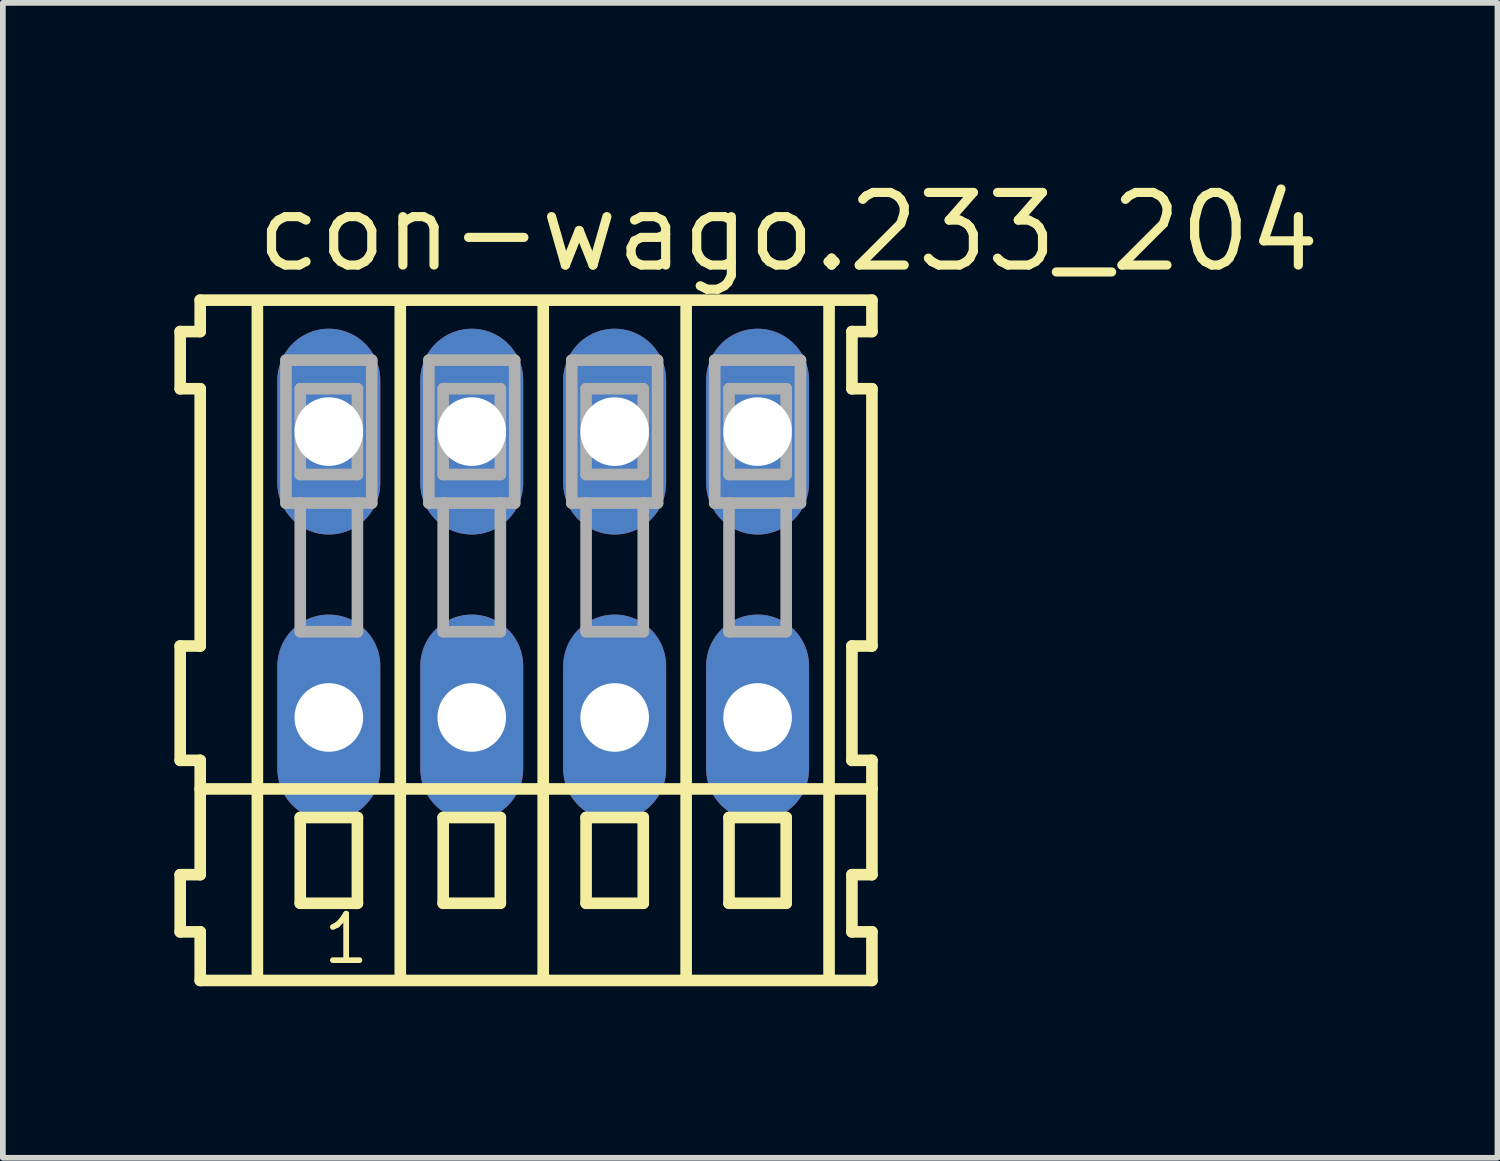
<source format=kicad_pcb>
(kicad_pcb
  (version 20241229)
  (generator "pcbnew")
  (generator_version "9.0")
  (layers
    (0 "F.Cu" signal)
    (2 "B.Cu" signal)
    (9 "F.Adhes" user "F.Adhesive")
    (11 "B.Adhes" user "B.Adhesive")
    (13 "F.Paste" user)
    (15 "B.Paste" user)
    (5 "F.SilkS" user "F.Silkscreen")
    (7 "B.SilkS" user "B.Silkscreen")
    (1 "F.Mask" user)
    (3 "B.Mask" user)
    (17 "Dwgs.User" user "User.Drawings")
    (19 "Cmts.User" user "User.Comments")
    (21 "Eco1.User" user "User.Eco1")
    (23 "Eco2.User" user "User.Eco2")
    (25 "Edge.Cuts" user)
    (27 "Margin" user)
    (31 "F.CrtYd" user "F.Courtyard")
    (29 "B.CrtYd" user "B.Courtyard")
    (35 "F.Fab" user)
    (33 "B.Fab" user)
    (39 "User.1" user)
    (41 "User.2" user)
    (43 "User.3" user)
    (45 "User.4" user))
  (footprint "con-wago.233_204"
    (layer "F.Cu")
    (at 6.452 7)
    (property "Reference" "con-wago.233_204" (at -5.1 -5.25 0) (layer "F.SilkS") (effects (font (size 1.27 1.27) (thickness 0.16)) (justify left bottom)))
    (attr through_hole)
    (fp_line (start -6.35 -4.25) (end -6.35 -3.25) (stroke (width 0.203) (type default)) (layer "F.SilkS"))
    (fp_line (start -6.35 -3.25) (end -6 -3.25) (stroke (width 0.203) (type default)) (layer "F.SilkS"))
    (fp_line (start -6.35 1.25) (end -6.35 3.25) (stroke (width 0.203) (type default)) (layer "F.SilkS"))
    (fp_line (start -6.35 3.25) (end -6 3.25) (stroke (width 0.203) (type default)) (layer "F.SilkS"))
    (fp_line (start -6.35 5.25) (end -6.35 6.25) (stroke (width 0.203) (type default)) (layer "F.SilkS"))
    (fp_line (start -6.35 6.25) (end -6 6.25) (stroke (width 0.203) (type default)) (layer "F.SilkS"))
    (fp_line (start -6 -4.8) (end -6 -4.25) (stroke (width 0.203) (type default)) (layer "F.SilkS"))
    (fp_line (start -6 -4.25) (end -6.35 -4.25) (stroke (width 0.203) (type default)) (layer "F.SilkS"))
    (fp_line (start -6 -3.25) (end -6 1.25) (stroke (width 0.203) (type default)) (layer "F.SilkS"))
    (fp_line (start -6 1.25) (end -6.35 1.25) (stroke (width 0.203) (type default)) (layer "F.SilkS"))
    (fp_line (start -6 3.25) (end -6 5.25) (stroke (width 0.203) (type default)) (layer "F.SilkS"))
    (fp_line (start -6 3.75) (end 5.75 3.75) (stroke (width 0.203) (type default)) (layer "F.SilkS"))
    (fp_line (start -6 5.25) (end -6.35 5.25) (stroke (width 0.203) (type default)) (layer "F.SilkS"))
    (fp_line (start -6 6.25) (end -6 7.1) (stroke (width 0.203) (type default)) (layer "F.SilkS"))
    (fp_line (start -6 7.1) (end 5.75 7.1) (stroke (width 0.203) (type default)) (layer "F.SilkS"))
    (fp_line (start -5 -4.75) (end -5 7) (stroke (width 0.203) (type default)) (layer "F.SilkS"))
    (fp_line (start -4.25 4.25) (end -4.25 5.75) (stroke (width 0.203) (type default)) (layer "F.SilkS"))
    (fp_line (start -4.25 5.75) (end -3.25 5.75) (stroke (width 0.203) (type default)) (layer "F.SilkS"))
    (fp_line (start -3.25 4.25) (end -4.25 4.25) (stroke (width 0.203) (type default)) (layer "F.SilkS"))
    (fp_line (start -3.25 5.75) (end -3.25 4.25) (stroke (width 0.203) (type default)) (layer "F.SilkS"))
    (fp_line (start -2.5 -4.75) (end -2.5 7) (stroke (width 0.203) (type default)) (layer "F.SilkS"))
    (fp_line (start -1.75 4.25) (end -1.75 5.75) (stroke (width 0.203) (type default)) (layer "F.SilkS"))
    (fp_line (start -1.75 5.75) (end -0.75 5.75) (stroke (width 0.203) (type default)) (layer "F.SilkS"))
    (fp_line (start -0.75 4.25) (end -1.75 4.25) (stroke (width 0.203) (type default)) (layer "F.SilkS"))
    (fp_line (start -0.75 5.75) (end -0.75 4.25) (stroke (width 0.203) (type default)) (layer "F.SilkS"))
    (fp_line (start 0 -4.75) (end 0 7) (stroke (width 0.203) (type default)) (layer "F.SilkS"))
    (fp_line (start 0.75 4.25) (end 0.75 5.75) (stroke (width 0.203) (type default)) (layer "F.SilkS"))
    (fp_line (start 0.75 5.75) (end 1.75 5.75) (stroke (width 0.203) (type default)) (layer "F.SilkS"))
    (fp_line (start 1.75 4.25) (end 0.75 4.25) (stroke (width 0.203) (type default)) (layer "F.SilkS"))
    (fp_line (start 1.75 5.75) (end 1.75 4.25) (stroke (width 0.203) (type default)) (layer "F.SilkS"))
    (fp_line (start 2.5 -4.75) (end 2.5 7) (stroke (width 0.203) (type default)) (layer "F.SilkS"))
    (fp_line (start 3.25 4.25) (end 3.25 5.75) (stroke (width 0.203) (type default)) (layer "F.SilkS"))
    (fp_line (start 3.25 5.75) (end 4.25 5.75) (stroke (width 0.203) (type default)) (layer "F.SilkS"))
    (fp_line (start 4.25 4.25) (end 3.25 4.25) (stroke (width 0.203) (type default)) (layer "F.SilkS"))
    (fp_line (start 4.25 5.75) (end 4.25 4.25) (stroke (width 0.203) (type default)) (layer "F.SilkS"))
    (fp_line (start 5 -4.75) (end 5 7) (stroke (width 0.203) (type default)) (layer "F.SilkS"))
    (fp_line (start 5.4 -4.25) (end 5.4 -3.25) (stroke (width 0.203) (type default)) (layer "F.SilkS"))
    (fp_line (start 5.4 -3.25) (end 5.75 -3.25) (stroke (width 0.203) (type default)) (layer "F.SilkS"))
    (fp_line (start 5.4 1.25) (end 5.4 3.25) (stroke (width 0.203) (type default)) (layer "F.SilkS"))
    (fp_line (start 5.4 3.25) (end 5.75 3.25) (stroke (width 0.203) (type default)) (layer "F.SilkS"))
    (fp_line (start 5.4 5.25) (end 5.4 6.25) (stroke (width 0.203) (type default)) (layer "F.SilkS"))
    (fp_line (start 5.4 6.25) (end 5.75 6.25) (stroke (width 0.203) (type default)) (layer "F.SilkS"))
    (fp_line (start 5.75 -4.8) (end -6 -4.8) (stroke (width 0.203) (type default)) (layer "F.SilkS"))
    (fp_line (start 5.75 -4.25) (end 5.4 -4.25) (stroke (width 0.203) (type default)) (layer "F.SilkS"))
    (fp_line (start 5.75 -4.25) (end 5.75 -4.8) (stroke (width 0.203) (type default)) (layer "F.SilkS"))
    (fp_line (start 5.75 1.25) (end 5.4 1.25) (stroke (width 0.203) (type default)) (layer "F.SilkS"))
    (fp_line (start 5.75 1.25) (end 5.75 -3.25) (stroke (width 0.203) (type default)) (layer "F.SilkS"))
    (fp_line (start 5.75 3.75) (end 5.75 3.25) (stroke (width 0.203) (type default)) (layer "F.SilkS"))
    (fp_line (start 5.75 5.25) (end 5.4 5.25) (stroke (width 0.203) (type default)) (layer "F.SilkS"))
    (fp_line (start 5.75 5.25) (end 5.75 3.75) (stroke (width 0.203) (type default)) (layer "F.SilkS"))
    (fp_line (start 5.75 7.1) (end 5.75 6.25) (stroke (width 0.203) (type default)) (layer "F.SilkS"))
    (fp_line (start -4.5 -3.75) (end -4.5 -1.25) (stroke (width 0.203) (type default)) (layer "F.Fab"))
    (fp_line (start -4.5 -1.25) (end -4.25 -1.25) (stroke (width 0.203) (type default)) (layer "F.Fab"))
    (fp_line (start -4.25 -3.25) (end -4.25 -1.75) (stroke (width 0.203) (type default)) (layer "F.Fab"))
    (fp_line (start -4.25 -1.75) (end -3.25 -1.75) (stroke (width 0.203) (type default)) (layer "F.Fab"))
    (fp_line (start -4.25 -1.25) (end -4.25 1) (stroke (width 0.203) (type default)) (layer "F.Fab"))
    (fp_line (start -4.25 -1.25) (end -3.25 -1.25) (stroke (width 0.203) (type default)) (layer "F.Fab"))
    (fp_line (start -4.25 1) (end -3.25 1) (stroke (width 0.203) (type default)) (layer "F.Fab"))
    (fp_line (start -3.25 -3.25) (end -4.25 -3.25) (stroke (width 0.203) (type default)) (layer "F.Fab"))
    (fp_line (start -3.25 -1.75) (end -3.25 -3.25) (stroke (width 0.203) (type default)) (layer "F.Fab"))
    (fp_line (start -3.25 -1.25) (end -3 -1.25) (stroke (width 0.203) (type default)) (layer "F.Fab"))
    (fp_line (start -3.25 1) (end -3.25 -1.25) (stroke (width 0.203) (type default)) (layer "F.Fab"))
    (fp_line (start -3 -3.75) (end -4.5 -3.75) (stroke (width 0.203) (type default)) (layer "F.Fab"))
    (fp_line (start -3 -1.25) (end -3 -3.75) (stroke (width 0.203) (type default)) (layer "F.Fab"))
    (fp_line (start -2 -3.75) (end -2 -1.25) (stroke (width 0.203) (type default)) (layer "F.Fab"))
    (fp_line (start -2 -1.25) (end -1.75 -1.25) (stroke (width 0.203) (type default)) (layer "F.Fab"))
    (fp_line (start -1.75 -3.25) (end -1.75 -1.75) (stroke (width 0.203) (type default)) (layer "F.Fab"))
    (fp_line (start -1.75 -1.75) (end -0.75 -1.75) (stroke (width 0.203) (type default)) (layer "F.Fab"))
    (fp_line (start -1.75 -1.25) (end -1.75 1) (stroke (width 0.203) (type default)) (layer "F.Fab"))
    (fp_line (start -1.75 -1.25) (end -0.75 -1.25) (stroke (width 0.203) (type default)) (layer "F.Fab"))
    (fp_line (start -1.75 1) (end -0.75 1) (stroke (width 0.203) (type default)) (layer "F.Fab"))
    (fp_line (start -0.75 -3.25) (end -1.75 -3.25) (stroke (width 0.203) (type default)) (layer "F.Fab"))
    (fp_line (start -0.75 -1.75) (end -0.75 -3.25) (stroke (width 0.203) (type default)) (layer "F.Fab"))
    (fp_line (start -0.75 -1.25) (end -0.5 -1.25) (stroke (width 0.203) (type default)) (layer "F.Fab"))
    (fp_line (start -0.75 1) (end -0.75 -1.25) (stroke (width 0.203) (type default)) (layer "F.Fab"))
    (fp_line (start -0.5 -3.75) (end -2 -3.75) (stroke (width 0.203) (type default)) (layer "F.Fab"))
    (fp_line (start -0.5 -1.25) (end -0.5 -3.75) (stroke (width 0.203) (type default)) (layer "F.Fab"))
    (fp_line (start 0.5 -3.75) (end 0.5 -1.25) (stroke (width 0.203) (type default)) (layer "F.Fab"))
    (fp_line (start 0.5 -1.25) (end 0.75 -1.25) (stroke (width 0.203) (type default)) (layer "F.Fab"))
    (fp_line (start 0.75 -3.25) (end 0.75 -1.75) (stroke (width 0.203) (type default)) (layer "F.Fab"))
    (fp_line (start 0.75 -1.75) (end 1.75 -1.75) (stroke (width 0.203) (type default)) (layer "F.Fab"))
    (fp_line (start 0.75 -1.25) (end 0.75 1) (stroke (width 0.203) (type default)) (layer "F.Fab"))
    (fp_line (start 0.75 -1.25) (end 1.75 -1.25) (stroke (width 0.203) (type default)) (layer "F.Fab"))
    (fp_line (start 0.75 1) (end 1.75 1) (stroke (width 0.203) (type default)) (layer "F.Fab"))
    (fp_line (start 1.75 -3.25) (end 0.75 -3.25) (stroke (width 0.203) (type default)) (layer "F.Fab"))
    (fp_line (start 1.75 -1.75) (end 1.75 -3.25) (stroke (width 0.203) (type default)) (layer "F.Fab"))
    (fp_line (start 1.75 -1.25) (end 2 -1.25) (stroke (width 0.203) (type default)) (layer "F.Fab"))
    (fp_line (start 1.75 1) (end 1.75 -1.25) (stroke (width 0.203) (type default)) (layer "F.Fab"))
    (fp_line (start 2 -3.75) (end 0.5 -3.75) (stroke (width 0.203) (type default)) (layer "F.Fab"))
    (fp_line (start 2 -1.25) (end 2 -3.75) (stroke (width 0.203) (type default)) (layer "F.Fab"))
    (fp_line (start 3 -3.75) (end 3 -1.25) (stroke (width 0.203) (type default)) (layer "F.Fab"))
    (fp_line (start 3 -1.25) (end 3.25 -1.25) (stroke (width 0.203) (type default)) (layer "F.Fab"))
    (fp_line (start 3.25 -3.25) (end 3.25 -1.75) (stroke (width 0.203) (type default)) (layer "F.Fab"))
    (fp_line (start 3.25 -1.75) (end 4.25 -1.75) (stroke (width 0.203) (type default)) (layer "F.Fab"))
    (fp_line (start 3.25 -1.25) (end 3.25 1) (stroke (width 0.203) (type default)) (layer "F.Fab"))
    (fp_line (start 3.25 -1.25) (end 4.25 -1.25) (stroke (width 0.203) (type default)) (layer "F.Fab"))
    (fp_line (start 3.25 1) (end 4.25 1) (stroke (width 0.203) (type default)) (layer "F.Fab"))
    (fp_line (start 4.25 -3.25) (end 3.25 -3.25) (stroke (width 0.203) (type default)) (layer "F.Fab"))
    (fp_line (start 4.25 -1.75) (end 4.25 -3.25) (stroke (width 0.203) (type default)) (layer "F.Fab"))
    (fp_line (start 4.25 -1.25) (end 4.5 -1.25) (stroke (width 0.203) (type default)) (layer "F.Fab"))
    (fp_line (start 4.25 1) (end 4.25 -1.25) (stroke (width 0.203) (type default)) (layer "F.Fab"))
    (fp_line (start 4.5 -3.75) (end 3 -3.75) (stroke (width 0.203) (type default)) (layer "F.Fab"))
    (fp_line (start 4.5 -1.25) (end 4.5 -3.75) (stroke (width 0.203) (type default)) (layer "F.Fab"))
    (fp_text user "1" (at -3.9 6.85 0) (layer "F.SilkS") (effects (font (size 0.813 0.813) (thickness 0.1)) (justify left bottom)))
    (pad "A1" thru_hole oval (at -3.75 -2.5 90) (size 3.6 1.8) (drill 1.2) (layers "*.Cu" "*.Mask"))
    (pad "A2" thru_hole oval (at -1.25 -2.5 90) (size 3.6 1.8) (drill 1.2) (layers "*.Cu" "*.Mask"))
    (pad "A3" thru_hole oval (at 1.25 -2.5 90) (size 3.6 1.8) (drill 1.2) (layers "*.Cu" "*.Mask"))
    (pad "A4" thru_hole oval (at 3.75 -2.5 90) (size 3.6 1.8) (drill 1.2) (layers "*.Cu" "*.Mask"))
    (pad "B1" thru_hole oval (at -3.75 2.5 90) (size 3.6 1.8) (drill 1.2) (layers "*.Cu" "*.Mask"))
    (pad "B2" thru_hole oval (at -1.25 2.5 90) (size 3.6 1.8) (drill 1.2) (layers "*.Cu" "*.Mask"))
    (pad "B3" thru_hole oval (at 1.25 2.5 90) (size 3.6 1.8) (drill 1.2) (layers "*.Cu" "*.Mask"))
    (pad "B4" thru_hole oval (at 3.75 2.5 90) (size 3.6 1.8) (drill 1.2) (layers "*.Cu" "*.Mask")))
  (gr_rect
    (start -3 -3)
    (end 23.144 17.202)
    (stroke (width 0.1) (type default))
    (fill no)
    (layer "Edge.Cuts")))
</source>
